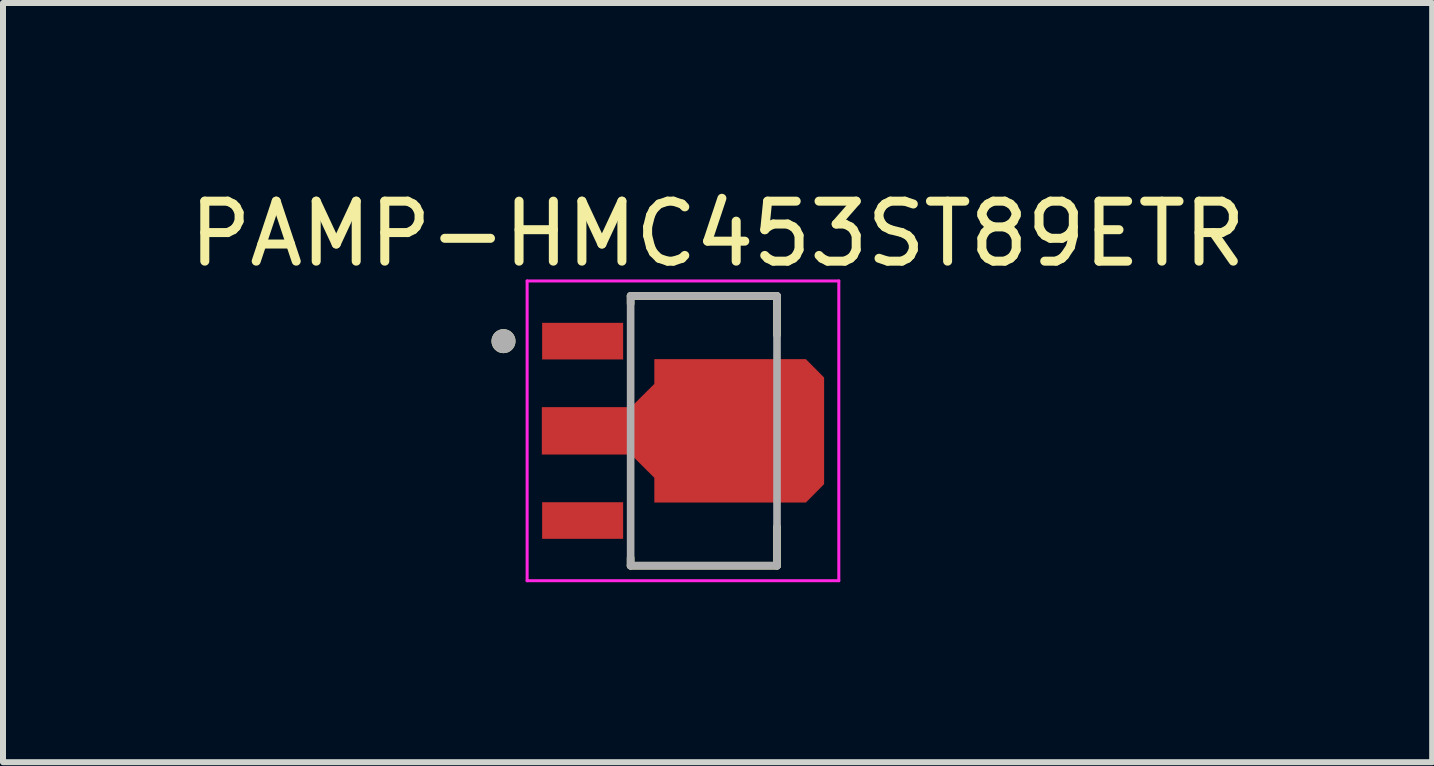
<source format=kicad_pcb>
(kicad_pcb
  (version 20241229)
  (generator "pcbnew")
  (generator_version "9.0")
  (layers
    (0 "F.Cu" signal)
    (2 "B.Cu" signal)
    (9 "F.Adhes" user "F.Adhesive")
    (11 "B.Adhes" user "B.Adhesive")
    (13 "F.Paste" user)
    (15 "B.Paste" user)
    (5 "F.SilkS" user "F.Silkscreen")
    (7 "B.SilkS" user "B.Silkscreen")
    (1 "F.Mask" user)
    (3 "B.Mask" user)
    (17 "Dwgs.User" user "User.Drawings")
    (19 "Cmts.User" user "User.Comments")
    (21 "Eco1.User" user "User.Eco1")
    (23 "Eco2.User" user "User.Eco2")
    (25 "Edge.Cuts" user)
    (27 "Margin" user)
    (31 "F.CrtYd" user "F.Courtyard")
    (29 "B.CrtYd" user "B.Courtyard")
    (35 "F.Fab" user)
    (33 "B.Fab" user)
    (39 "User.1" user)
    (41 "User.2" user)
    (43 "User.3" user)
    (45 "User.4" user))
  (footprint "PAMP-HMC453ST89ETR"
    (layer "F.Cu")
    (at 8.681 4.131)
    (property "Reference" "PAMP-HMC453ST89ETR" (at 0.23 -3.283 0) (layer "F.SilkS") (effects (font (size 1 1) (thickness 0.15))))
    (attr through_hole)
    (fp_poly (pts (xy 1.74 -1.29) (xy -0.92 -1.29) (xy -0.92 -0.822) (xy -1.253 -0.49) (xy -2.795 -0.49) (xy -2.795 0.49) (xy -1.253 0.49) (xy -0.92 0.822) (xy -0.92 1.29) (xy 1.74 1.29) (xy 2.1 0.927) (xy 2.1 -0.927)) (stroke (width 0.01) (type solid)) (fill yes) (layer "F.Mask"))
    (fp_line (start -1.22 -2.248) (end -1.22 -2.12) (stroke (width 0.127) (type solid)) (layer "F.SilkS"))
    (fp_line (start -1.22 2.12) (end -1.22 2.248) (stroke (width 0.127) (type solid)) (layer "F.SilkS"))
    (fp_line (start -1.22 2.248) (end 1.22 2.248) (stroke (width 0.127) (type solid)) (layer "F.SilkS"))
    (fp_line (start 1.22 -2.248) (end -1.22 -2.248) (stroke (width 0.127) (type solid)) (layer "F.SilkS"))
    (fp_line (start 1.22 -2.248) (end 1.22 -1.6) (stroke (width 0.127) (type solid)) (layer "F.SilkS"))
    (fp_line (start 1.22 2.248) (end 1.22 1.6) (stroke (width 0.127) (type solid)) (layer "F.SilkS"))
    (fp_circle (center -3.339 -1.495) (end -3.239 -1.495) (stroke (width 0.2) (type solid)) (fill no) (layer "F.SilkS"))
    (fp_poly (pts (xy -0.126 -0.936) (xy 1.306 -0.936) (xy 1.306 0.936) (xy -0.126 0.936)) (stroke (width 0.01) (type solid)) (fill yes) (layer "F.Paste"))
    (fp_line (start -2.945 -2.498) (end -2.945 2.498) (stroke (width 0.05) (type solid)) (layer "F.CrtYd"))
    (fp_line (start -2.945 2.498) (end 2.25 2.498) (stroke (width 0.05) (type solid)) (layer "F.CrtYd"))
    (fp_line (start 2.25 -2.498) (end -2.945 -2.498) (stroke (width 0.05) (type solid)) (layer "F.CrtYd"))
    (fp_line (start 2.25 2.498) (end 2.25 -2.498) (stroke (width 0.05) (type solid)) (layer "F.CrtYd"))
    (fp_line (start -1.22 -2.248) (end -1.22 2.248) (stroke (width 0.127) (type solid)) (layer "F.Fab"))
    (fp_line (start -1.22 2.248) (end 1.22 2.248) (stroke (width 0.127) (type solid)) (layer "F.Fab"))
    (fp_line (start 1.22 -2.248) (end -1.22 -2.248) (stroke (width 0.127) (type solid)) (layer "F.Fab"))
    (fp_line (start 1.22 -2.248) (end 1.22 2.248) (stroke (width 0.127) (type solid)) (layer "F.Fab"))
    (fp_circle (center -3.339 -1.495) (end -3.239 -1.495) (stroke (width 0.2) (type solid)) (fill no) (layer "F.Fab"))
    (pad "1" smd rect (at -2.02 -1.495) (size 1.35 0.61) (layers "F.Cu" "F.Mask" "F.Paste"))
    (pad "2_4" smd custom (at -2.02 0) (size 1.35 0.78) (layers "F.Cu" "F.Paste") (options (anchor rect)) (primitives (gr_poly (pts (xy 3.719 -1.19) (xy 1.2 -1.19) (xy 1.2 -0.78) (xy 0.808 -0.39) (xy -0.675 -0.39) (xy -0.675 0.39) (xy 0.808 0.39) (xy 1.2 0.78) (xy 1.2 1.19) (xy 3.719 1.19) (xy 4.02 0.886) (xy 4.02 -0.886)) (width 0.01) (fill yes))))
    (pad "3" smd rect (at -2.02 1.495) (size 1.35 0.61) (layers "F.Cu" "F.Mask" "F.Paste")))
  (gr_rect
    (start -3 -3)
    (end 20.821 9.654)
    (stroke (width 0.1) (type default))
    (fill no)
    (layer "Edge.Cuts")))
</source>
